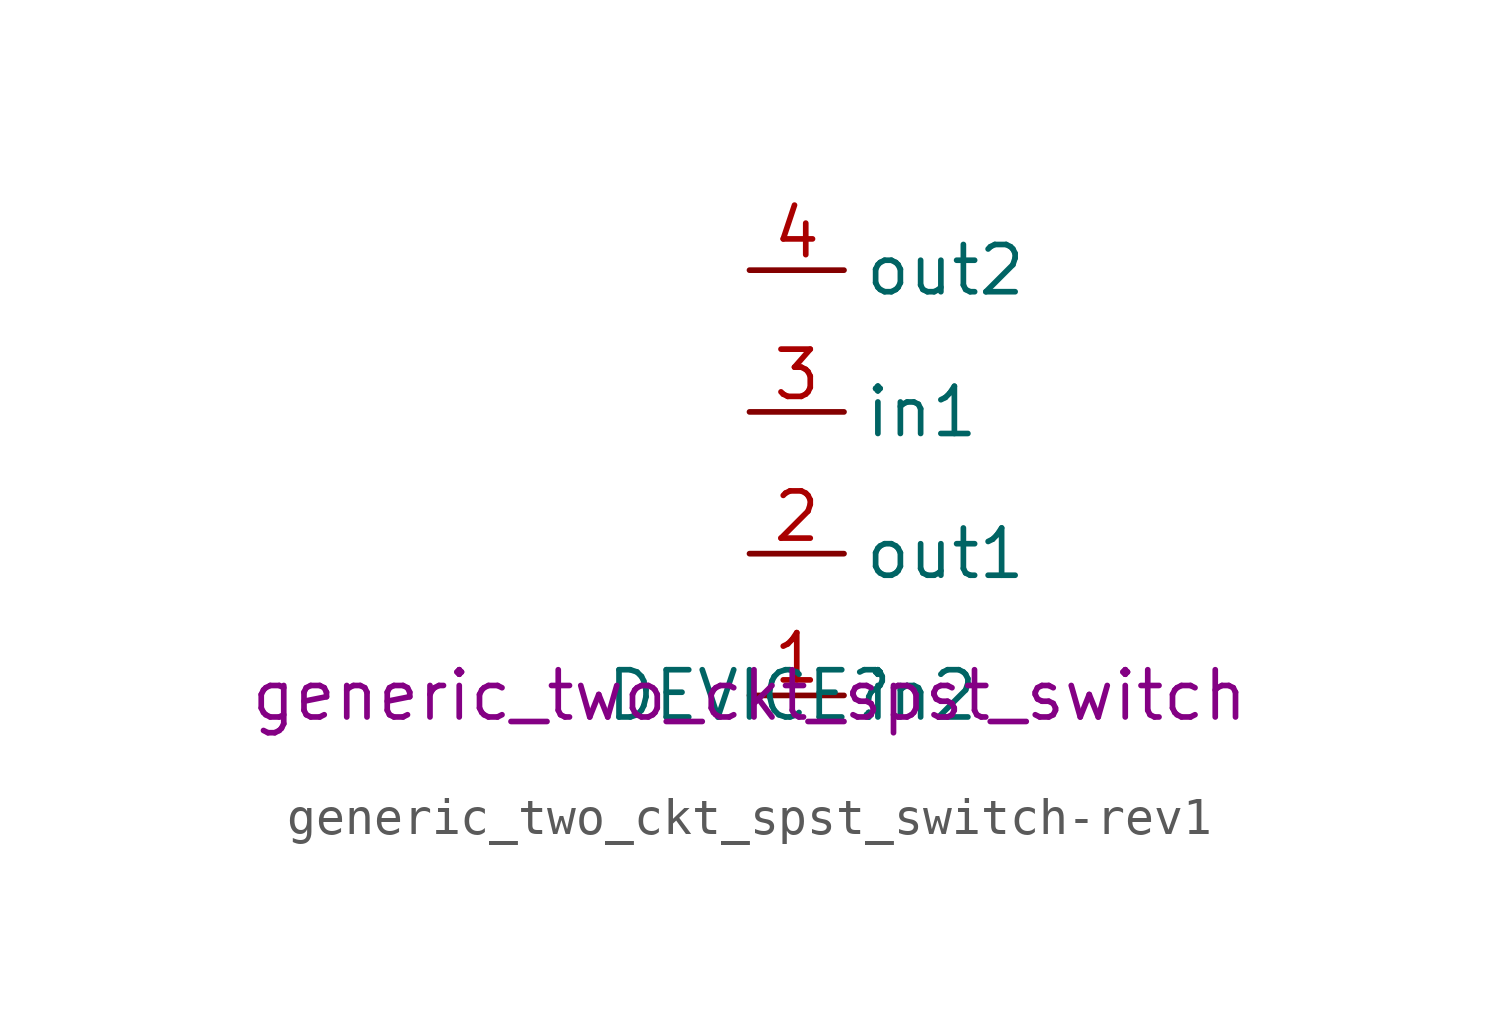
<source format=kicad_sym>
(kicad_symbol_lib
  (version 20241209)
  (generator "kicad_symbol_editor")
  (generator_version "9.0")
  (symbol "generic_two_ckt_spst_switch-rev1"
    (property "Reference" "DEVICE"
      (at 0 0 0)
      (effects (font (size 1.27 1.27))))
    (property "Value" ""
      (at 0 0 0)
      (effects (font (size 1.27 1.27))))
    (property "MFG" ""
      (at 0 0 0)
      (effects (font (size 1.27 1.27))))
    (property "MPN" "generic_two_ckt_spst_switch"
      (at 0 0 0)
      (effects (font (size 1.27 1.27))))
    (pin unspecified line
      (at 0 0.0 0)
      (length 2.54)
      (name "in2" (effects (font (size 1.27 1.27))))
      (number "1" (effects (font (size 1.27 1.27)))))
    (pin unspecified line
      (at 0 3.81 0)
      (length 2.54)
      (name "out1" (effects (font (size 1.27 1.27))))
      (number "2" (effects (font (size 1.27 1.27)))))
    (pin unspecified line
      (at 0 7.62 0)
      (length 2.54)
      (name "in1" (effects (font (size 1.27 1.27))))
      (number "3" (effects (font (size 1.27 1.27)))))
    (pin unspecified line
      (at 0 11.43 0)
      (length 2.54)
      (name "out2" (effects (font (size 1.27 1.27))))
      (number "4" (effects (font (size 1.27 1.27)))))))
</source>
